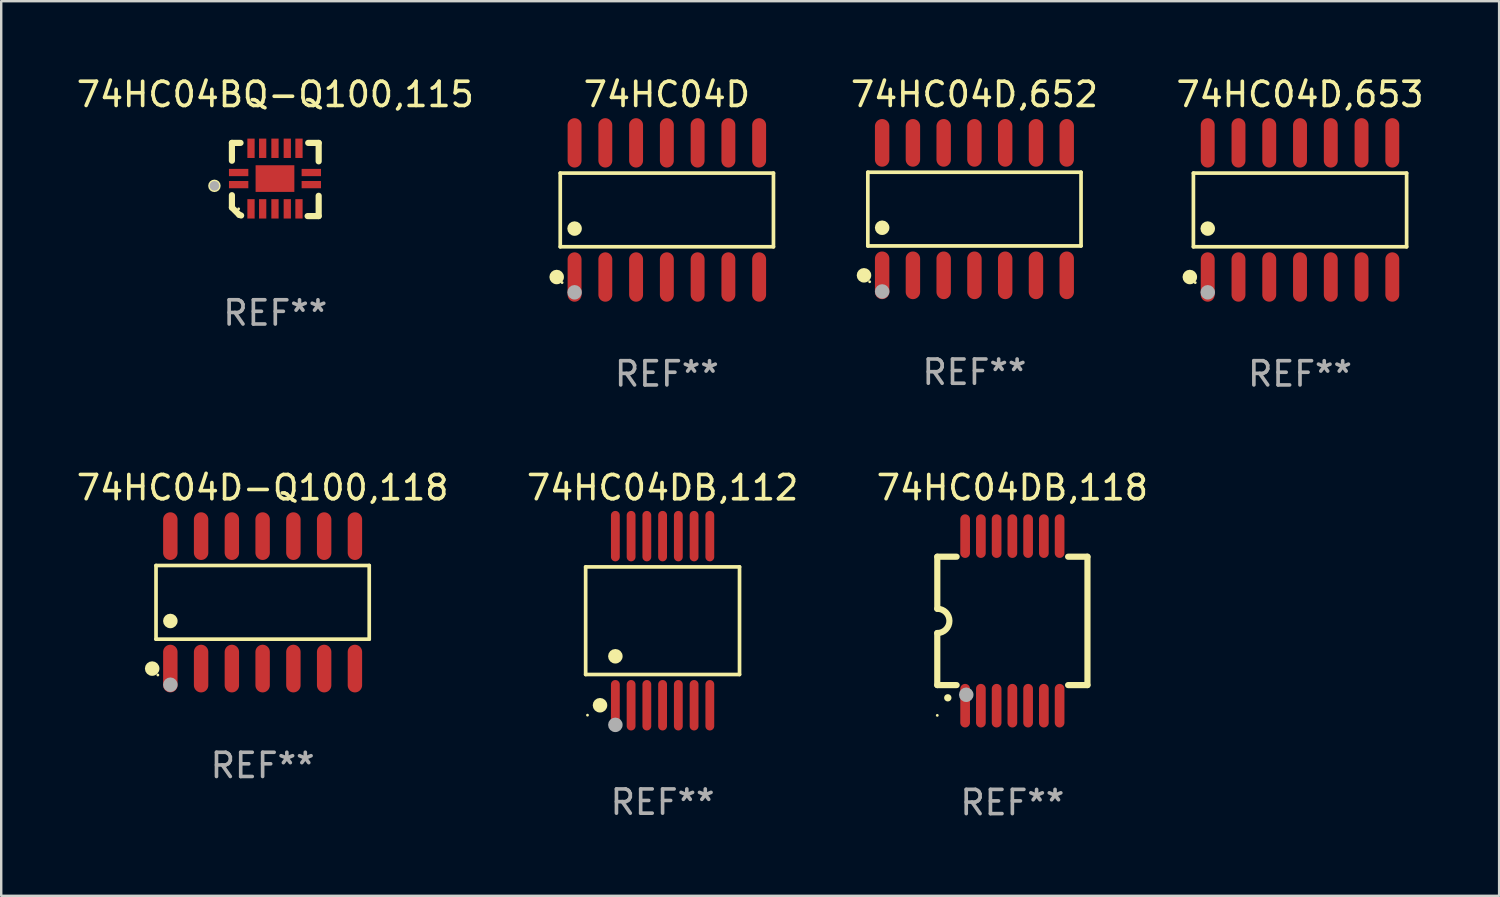
<source format=kicad_pcb>
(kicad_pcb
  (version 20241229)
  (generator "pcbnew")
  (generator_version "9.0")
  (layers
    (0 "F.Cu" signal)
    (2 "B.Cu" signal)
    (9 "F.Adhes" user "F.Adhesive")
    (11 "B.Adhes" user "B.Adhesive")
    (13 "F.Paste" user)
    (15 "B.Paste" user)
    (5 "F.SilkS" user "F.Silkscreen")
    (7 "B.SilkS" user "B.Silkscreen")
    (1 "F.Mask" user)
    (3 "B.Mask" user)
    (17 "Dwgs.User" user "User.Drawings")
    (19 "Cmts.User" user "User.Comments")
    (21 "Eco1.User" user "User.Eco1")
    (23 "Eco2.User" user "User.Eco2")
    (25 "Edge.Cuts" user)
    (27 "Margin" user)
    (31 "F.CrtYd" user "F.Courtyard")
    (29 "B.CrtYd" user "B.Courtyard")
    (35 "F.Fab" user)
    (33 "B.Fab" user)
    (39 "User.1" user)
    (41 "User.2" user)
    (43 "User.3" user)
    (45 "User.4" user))
  (footprint "74HC04D"
    (layer "F.Cu")
    (at 24.48 5.617)
    (property "Reference" "74HC04D" (at 0 -4.769 0) (layer "F.SilkS") (effects (font (size 1 1) (thickness 0.15))))
    (attr through_hole)
    (fp_line (start -4.401 -1.521) (end 4.401 -1.521) (stroke (width 0.152) (type solid)) (layer "F.SilkS"))
    (fp_line (start -4.401 1.521) (end -4.401 -1.521) (stroke (width 0.152) (type solid)) (layer "F.SilkS"))
    (fp_line (start 4.401 -1.521) (end 4.401 1.521) (stroke (width 0.152) (type solid)) (layer "F.SilkS"))
    (fp_line (start 4.401 1.521) (end -4.401 1.521) (stroke (width 0.152) (type solid)) (layer "F.SilkS"))
    (fp_circle (center -4.549 2.769) (end -4.399 2.769) (stroke (width 0.3) (type solid)) (fill no) (layer "F.SilkS"))
    (fp_circle (center -4.325 3) (end -4.295 3) (stroke (width 0.06) (type solid)) (fill no) (layer "F.SilkS"))
    (fp_circle (center -3.81 0.769) (end -3.66 0.769) (stroke (width 0.3) (type solid)) (fill no) (layer "F.SilkS"))
    (fp_circle (center -3.81 3.4) (end -3.66 3.4) (stroke (width 0.3) (type solid)) (fill no) (layer "F.Fab"))
    (fp_text user "REF**" (at 0 6.769 0) (layer "F.Fab") (effects (font (size 1 1) (thickness 0.15))))
    (pad "1" smd oval (at -3.81 2.769) (size 0.574 2.038) (layers "F.Cu" "F.Mask" "F.Paste"))
    (pad "2" smd oval (at -2.54 2.769) (size 0.574 2.038) (layers "F.Cu" "F.Mask" "F.Paste"))
    (pad "3" smd oval (at -1.27 2.769) (size 0.574 2.038) (layers "F.Cu" "F.Mask" "F.Paste"))
    (pad "4" smd oval (at 0 2.769) (size 0.574 2.038) (layers "F.Cu" "F.Mask" "F.Paste"))
    (pad "5" smd oval (at 1.27 2.769) (size 0.574 2.038) (layers "F.Cu" "F.Mask" "F.Paste"))
    (pad "6" smd oval (at 2.54 2.769) (size 0.574 2.038) (layers "F.Cu" "F.Mask" "F.Paste"))
    (pad "7" smd oval (at 3.81 2.769) (size 0.574 2.038) (layers "F.Cu" "F.Mask" "F.Paste"))
    (pad "8" smd oval (at 3.81 -2.769) (size 0.574 2.038) (layers "F.Cu" "F.Mask" "F.Paste"))
    (pad "9" smd oval (at 2.54 -2.769) (size 0.574 2.038) (layers "F.Cu" "F.Mask" "F.Paste"))
    (pad "10" smd oval (at 1.27 -2.769) (size 0.574 2.038) (layers "F.Cu" "F.Mask" "F.Paste"))
    (pad "11" smd oval (at 0 -2.769) (size 0.574 2.038) (layers "F.Cu" "F.Mask" "F.Paste"))
    (pad "12" smd oval (at -1.27 -2.769) (size 0.574 2.038) (layers "F.Cu" "F.Mask" "F.Paste"))
    (pad "13" smd oval (at -2.54 -2.769) (size 0.574 2.038) (layers "F.Cu" "F.Mask" "F.Paste"))
    (pad "14" smd oval (at -3.81 -2.769) (size 0.574 2.038) (layers "F.Cu" "F.Mask" "F.Paste")))
  (footprint "74HC04D-Q100,118"
    (layer "F.Cu")
    (at 7.792 21.817)
    (property "Reference" "74HC04D-Q100,118" (at 0 -4.734 0) (layer "F.SilkS") (effects (font (size 1 1) (thickness 0.15))))
    (attr through_hole)
    (fp_line (start -4.401 -1.521) (end 4.401 -1.521) (stroke (width 0.152) (type solid)) (layer "F.SilkS"))
    (fp_line (start -4.401 1.521) (end -4.401 -1.521) (stroke (width 0.152) (type solid)) (layer "F.SilkS"))
    (fp_line (start 4.401 -1.521) (end 4.401 1.521) (stroke (width 0.152) (type solid)) (layer "F.SilkS"))
    (fp_line (start 4.401 1.521) (end -4.401 1.521) (stroke (width 0.152) (type solid)) (layer "F.SilkS"))
    (fp_circle (center -4.56 2.734) (end -4.41 2.734) (stroke (width 0.3) (type solid)) (fill no) (layer "F.SilkS"))
    (fp_circle (center -4.325 3) (end -4.295 3) (stroke (width 0.06) (type solid)) (fill no) (layer "F.SilkS"))
    (fp_circle (center -3.81 0.769) (end -3.66 0.769) (stroke (width 0.3) (type solid)) (fill no) (layer "F.SilkS"))
    (fp_circle (center -3.81 3.4) (end -3.66 3.4) (stroke (width 0.3) (type solid)) (fill no) (layer "F.Fab"))
    (fp_text user "REF**" (at 0 6.734 0) (layer "F.Fab") (effects (font (size 1 1) (thickness 0.15))))
    (pad "1" smd oval (at -3.81 2.734) (size 0.595 1.968) (layers "F.Cu" "F.Mask" "F.Paste"))
    (pad "2" smd oval (at -2.54 2.734) (size 0.595 1.968) (layers "F.Cu" "F.Mask" "F.Paste"))
    (pad "3" smd oval (at -1.27 2.734) (size 0.595 1.968) (layers "F.Cu" "F.Mask" "F.Paste"))
    (pad "4" smd oval (at 0 2.734) (size 0.595 1.968) (layers "F.Cu" "F.Mask" "F.Paste"))
    (pad "5" smd oval (at 1.27 2.734) (size 0.595 1.968) (layers "F.Cu" "F.Mask" "F.Paste"))
    (pad "6" smd oval (at 2.54 2.734) (size 0.595 1.968) (layers "F.Cu" "F.Mask" "F.Paste"))
    (pad "7" smd oval (at 3.81 2.734) (size 0.595 1.968) (layers "F.Cu" "F.Mask" "F.Paste"))
    (pad "8" smd oval (at 3.81 -2.734) (size 0.595 1.968) (layers "F.Cu" "F.Mask" "F.Paste"))
    (pad "9" smd oval (at 2.54 -2.734) (size 0.595 1.968) (layers "F.Cu" "F.Mask" "F.Paste"))
    (pad "10" smd oval (at 1.27 -2.734) (size 0.595 1.968) (layers "F.Cu" "F.Mask" "F.Paste"))
    (pad "11" smd oval (at 0 -2.734) (size 0.595 1.968) (layers "F.Cu" "F.Mask" "F.Paste"))
    (pad "12" smd oval (at -1.27 -2.734) (size 0.595 1.968) (layers "F.Cu" "F.Mask" "F.Paste"))
    (pad "13" smd oval (at -2.54 -2.734) (size 0.595 1.968) (layers "F.Cu" "F.Mask" "F.Paste"))
    (pad "14" smd oval (at -3.81 -2.734) (size 0.595 1.968) (layers "F.Cu" "F.Mask" "F.Paste")))
  (footprint "74HC04D,652"
    (layer "F.Cu")
    (at 37.178 5.582)
    (property "Reference" "74HC04D,652" (at 0 -4.734 0) (layer "F.SilkS") (effects (font (size 1 1) (thickness 0.15))))
    (attr through_hole)
    (fp_line (start -4.401 -1.521) (end 4.401 -1.521) (stroke (width 0.152) (type solid)) (layer "F.SilkS"))
    (fp_line (start -4.401 1.521) (end -4.401 -1.521) (stroke (width 0.152) (type solid)) (layer "F.SilkS"))
    (fp_line (start 4.401 -1.521) (end 4.401 1.521) (stroke (width 0.152) (type solid)) (layer "F.SilkS"))
    (fp_line (start 4.401 1.521) (end -4.401 1.521) (stroke (width 0.152) (type solid)) (layer "F.SilkS"))
    (fp_circle (center -4.56 2.734) (end -4.41 2.734) (stroke (width 0.3) (type solid)) (fill no) (layer "F.SilkS"))
    (fp_circle (center -4.325 3) (end -4.295 3) (stroke (width 0.06) (type solid)) (fill no) (layer "F.SilkS"))
    (fp_circle (center -3.81 0.769) (end -3.66 0.769) (stroke (width 0.3) (type solid)) (fill no) (layer "F.SilkS"))
    (fp_circle (center -3.81 3.4) (end -3.66 3.4) (stroke (width 0.3) (type solid)) (fill no) (layer "F.Fab"))
    (fp_text user "REF**" (at 0 6.734 0) (layer "F.Fab") (effects (font (size 1 1) (thickness 0.15))))
    (pad "1" smd oval (at -3.81 2.734) (size 0.595 1.968) (layers "F.Cu" "F.Mask" "F.Paste"))
    (pad "2" smd oval (at -2.54 2.734) (size 0.595 1.968) (layers "F.Cu" "F.Mask" "F.Paste"))
    (pad "3" smd oval (at -1.27 2.734) (size 0.595 1.968) (layers "F.Cu" "F.Mask" "F.Paste"))
    (pad "4" smd oval (at 0 2.734) (size 0.595 1.968) (layers "F.Cu" "F.Mask" "F.Paste"))
    (pad "5" smd oval (at 1.27 2.734) (size 0.595 1.968) (layers "F.Cu" "F.Mask" "F.Paste"))
    (pad "6" smd oval (at 2.54 2.734) (size 0.595 1.968) (layers "F.Cu" "F.Mask" "F.Paste"))
    (pad "7" smd oval (at 3.81 2.734) (size 0.595 1.968) (layers "F.Cu" "F.Mask" "F.Paste"))
    (pad "8" smd oval (at 3.81 -2.734) (size 0.595 1.968) (layers "F.Cu" "F.Mask" "F.Paste"))
    (pad "9" smd oval (at 2.54 -2.734) (size 0.595 1.968) (layers "F.Cu" "F.Mask" "F.Paste"))
    (pad "10" smd oval (at 1.27 -2.734) (size 0.595 1.968) (layers "F.Cu" "F.Mask" "F.Paste"))
    (pad "11" smd oval (at 0 -2.734) (size 0.595 1.968) (layers "F.Cu" "F.Mask" "F.Paste"))
    (pad "12" smd oval (at -1.27 -2.734) (size 0.595 1.968) (layers "F.Cu" "F.Mask" "F.Paste"))
    (pad "13" smd oval (at -2.54 -2.734) (size 0.595 1.968) (layers "F.Cu" "F.Mask" "F.Paste"))
    (pad "14" smd oval (at -3.81 -2.734) (size 0.595 1.968) (layers "F.Cu" "F.Mask" "F.Paste")))
  (footprint "74HC04DB,112"
    (layer "F.Cu")
    (at 24.304 22.574)
    (property "Reference" "74HC04DB,112" (at 0 -5.491 0) (layer "F.SilkS") (effects (font (size 1 1) (thickness 0.15))))
    (attr through_hole)
    (fp_line (start -3.176 -2.221) (end 3.176 -2.221) (stroke (width 0.152) (type solid)) (layer "F.SilkS"))
    (fp_line (start -3.176 2.221) (end -3.176 -2.221) (stroke (width 0.152) (type solid)) (layer "F.SilkS"))
    (fp_line (start 3.176 -2.221) (end 3.176 2.221) (stroke (width 0.152) (type solid)) (layer "F.SilkS"))
    (fp_line (start 3.176 2.221) (end -3.176 2.221) (stroke (width 0.152) (type solid)) (layer "F.SilkS"))
    (fp_circle (center -3.1 3.9) (end -3.07 3.9) (stroke (width 0.06) (type solid)) (fill no) (layer "F.SilkS"))
    (fp_circle (center -2.584 3.491) (end -2.434 3.491) (stroke (width 0.3) (type solid)) (fill no) (layer "F.SilkS"))
    (fp_circle (center -1.95 1.469) (end -1.8 1.469) (stroke (width 0.3) (type solid)) (fill no) (layer "F.SilkS"))
    (fp_circle (center -1.95 4.3) (end -1.8 4.3) (stroke (width 0.3) (type solid)) (fill no) (layer "F.Fab"))
    (fp_text user "REF**" (at 0 7.491 0) (layer "F.Fab") (effects (font (size 1 1) (thickness 0.15))))
    (pad "1" smd oval (at -1.95 3.491) (size 0.364 2.082) (layers "F.Cu" "F.Mask" "F.Paste"))
    (pad "2" smd oval (at -1.3 3.491) (size 0.364 2.082) (layers "F.Cu" "F.Mask" "F.Paste"))
    (pad "3" smd oval (at -0.65 3.491) (size 0.364 2.082) (layers "F.Cu" "F.Mask" "F.Paste"))
    (pad "4" smd oval (at 0 3.491) (size 0.364 2.082) (layers "F.Cu" "F.Mask" "F.Paste"))
    (pad "5" smd oval (at 0.65 3.491) (size 0.364 2.082) (layers "F.Cu" "F.Mask" "F.Paste"))
    (pad "6" smd oval (at 1.3 3.491) (size 0.364 2.082) (layers "F.Cu" "F.Mask" "F.Paste"))
    (pad "7" smd oval (at 1.95 3.491) (size 0.364 2.082) (layers "F.Cu" "F.Mask" "F.Paste"))
    (pad "8" smd oval (at 1.95 -3.491) (size 0.364 2.082) (layers "F.Cu" "F.Mask" "F.Paste"))
    (pad "9" smd oval (at 1.3 -3.491) (size 0.364 2.082) (layers "F.Cu" "F.Mask" "F.Paste"))
    (pad "10" smd oval (at 0.65 -3.491) (size 0.364 2.082) (layers "F.Cu" "F.Mask" "F.Paste"))
    (pad "11" smd oval (at 0 -3.491) (size 0.364 2.082) (layers "F.Cu" "F.Mask" "F.Paste"))
    (pad "12" smd oval (at -0.65 -3.491) (size 0.364 2.082) (layers "F.Cu" "F.Mask" "F.Paste"))
    (pad "13" smd oval (at -1.3 -3.491) (size 0.364 2.082) (layers "F.Cu" "F.Mask" "F.Paste"))
    (pad "14" smd oval (at -1.95 -3.491) (size 0.364 2.082) (layers "F.Cu" "F.Mask" "F.Paste")))
  (footprint "74HC04D,653"
    (layer "F.Cu")
    (at 50.619 5.617)
    (property "Reference" "74HC04D,653" (at 0 -4.769 0) (layer "F.SilkS") (effects (font (size 1 1) (thickness 0.15))))
    (attr through_hole)
    (fp_line (start -4.401 -1.521) (end 4.401 -1.521) (stroke (width 0.152) (type solid)) (layer "F.SilkS"))
    (fp_line (start -4.401 1.521) (end -4.401 -1.521) (stroke (width 0.152) (type solid)) (layer "F.SilkS"))
    (fp_line (start 4.401 -1.521) (end 4.401 1.521) (stroke (width 0.152) (type solid)) (layer "F.SilkS"))
    (fp_line (start 4.401 1.521) (end -4.401 1.521) (stroke (width 0.152) (type solid)) (layer "F.SilkS"))
    (fp_circle (center -4.549 2.769) (end -4.399 2.769) (stroke (width 0.3) (type solid)) (fill no) (layer "F.SilkS"))
    (fp_circle (center -4.325 3) (end -4.295 3) (stroke (width 0.06) (type solid)) (fill no) (layer "F.SilkS"))
    (fp_circle (center -3.81 0.769) (end -3.66 0.769) (stroke (width 0.3) (type solid)) (fill no) (layer "F.SilkS"))
    (fp_circle (center -3.81 3.4) (end -3.66 3.4) (stroke (width 0.3) (type solid)) (fill no) (layer "F.Fab"))
    (fp_text user "REF**" (at 0 6.769 0) (layer "F.Fab") (effects (font (size 1 1) (thickness 0.15))))
    (pad "1" smd oval (at -3.81 2.769) (size 0.574 2.038) (layers "F.Cu" "F.Mask" "F.Paste"))
    (pad "2" smd oval (at -2.54 2.769) (size 0.574 2.038) (layers "F.Cu" "F.Mask" "F.Paste"))
    (pad "3" smd oval (at -1.27 2.769) (size 0.574 2.038) (layers "F.Cu" "F.Mask" "F.Paste"))
    (pad "4" smd oval (at 0 2.769) (size 0.574 2.038) (layers "F.Cu" "F.Mask" "F.Paste"))
    (pad "5" smd oval (at 1.27 2.769) (size 0.574 2.038) (layers "F.Cu" "F.Mask" "F.Paste"))
    (pad "6" smd oval (at 2.54 2.769) (size 0.574 2.038) (layers "F.Cu" "F.Mask" "F.Paste"))
    (pad "7" smd oval (at 3.81 2.769) (size 0.574 2.038) (layers "F.Cu" "F.Mask" "F.Paste"))
    (pad "8" smd oval (at 3.81 -2.769) (size 0.574 2.038) (layers "F.Cu" "F.Mask" "F.Paste"))
    (pad "9" smd oval (at 2.54 -2.769) (size 0.574 2.038) (layers "F.Cu" "F.Mask" "F.Paste"))
    (pad "10" smd oval (at 1.27 -2.769) (size 0.574 2.038) (layers "F.Cu" "F.Mask" "F.Paste"))
    (pad "11" smd oval (at 0 -2.769) (size 0.574 2.038) (layers "F.Cu" "F.Mask" "F.Paste"))
    (pad "12" smd oval (at -1.27 -2.769) (size 0.574 2.038) (layers "F.Cu" "F.Mask" "F.Paste"))
    (pad "13" smd oval (at -2.54 -2.769) (size 0.574 2.038) (layers "F.Cu" "F.Mask" "F.Paste"))
    (pad "14" smd oval (at -3.81 -2.769) (size 0.574 2.038) (layers "F.Cu" "F.Mask" "F.Paste")))
  (footprint "74HC04DB,118"
    (layer "F.Cu")
    (at 38.744 22.583)
    (property "Reference" "74HC04DB,118" (at 0 -5.5 0) (layer "F.SilkS") (effects (font (size 1 1) (thickness 0.15))))
    (attr through_hole)
    (fp_line (start -3.1 2.65) (end -3.1 0.5) (stroke (width 0.254) (type solid)) (layer "F.SilkS"))
    (fp_line (start -3.099 -2.65) (end -2.301 -2.65) (stroke (width 0.254) (type solid)) (layer "F.SilkS"))
    (fp_line (start -3.099 -0.5) (end -3.099 -2.65) (stroke (width 0.254) (type solid)) (layer "F.SilkS"))
    (fp_line (start -2.301 2.65) (end -3.1 2.65) (stroke (width 0.254) (type solid)) (layer "F.SilkS"))
    (fp_line (start 2.301 -2.65) (end 3.1 -2.65) (stroke (width 0.254) (type solid)) (layer "F.SilkS"))
    (fp_line (start 3.1 -2.65) (end 3.1 2.65) (stroke (width 0.254) (type solid)) (layer "F.SilkS"))
    (fp_line (start 3.1 2.65) (end 2.301 2.65) (stroke (width 0.254) (type solid)) (layer "F.SilkS"))
    (fp_arc (start -3.098806 -0.500381) (mid -2.598806 0) (end -3.098806 0.500381) (stroke (width 0.254001) (type solid)) (layer "F.SilkS"))
    (fp_arc (start -2.667005 3.175006) (mid -2.665735 3.175001) (end -2.664465 3.175006) (stroke (width 0.3) (type solid)) (layer "F.SilkS"))
    (fp_circle (center -3.1 3.9) (end -3.07 3.9) (stroke (width 0.06) (type solid)) (fill no) (layer "F.SilkS"))
    (fp_circle (center -1.905 3.048) (end -1.755 3.048) (stroke (width 0.3) (type solid)) (fill no) (layer "F.Fab"))
    (fp_text user "REF**" (at 0 7.5 0) (layer "F.Fab") (effects (font (size 1 1) (thickness 0.15))))
    (pad "1" smd oval (at -1.95 3.5 270) (size 1.8 0.4) (layers "F.Cu" "F.Mask" "F.Paste"))
    (pad "2" smd oval (at -1.3 3.5 270) (size 1.8 0.4) (layers "F.Cu" "F.Mask" "F.Paste"))
    (pad "3" smd oval (at -0.65 3.5 270) (size 1.8 0.4) (layers "F.Cu" "F.Mask" "F.Paste"))
    (pad "4" smd oval (at 0 3.5 270) (size 1.8 0.4) (layers "F.Cu" "F.Mask" "F.Paste"))
    (pad "5" smd oval (at 0.65 3.5 270) (size 1.8 0.4) (layers "F.Cu" "F.Mask" "F.Paste"))
    (pad "6" smd oval (at 1.3 3.5 270) (size 1.8 0.4) (layers "F.Cu" "F.Mask" "F.Paste"))
    (pad "7" smd oval (at 1.95 3.5 270) (size 1.8 0.4) (layers "F.Cu" "F.Mask" "F.Paste"))
    (pad "8" smd oval (at 1.95 -3.5 90) (size 1.8 0.4) (layers "F.Cu" "F.Mask" "F.Paste"))
    (pad "9" smd oval (at 1.3 -3.5 90) (size 1.8 0.4) (layers "F.Cu" "F.Mask" "F.Paste"))
    (pad "10" smd oval (at 0.65 -3.5 90) (size 1.8 0.4) (layers "F.Cu" "F.Mask" "F.Paste"))
    (pad "11" smd oval (at 0 -3.5 90) (size 1.8 0.4) (layers "F.Cu" "F.Mask" "F.Paste"))
    (pad "12" smd oval (at -0.65 -3.5 90) (size 1.8 0.4) (layers "F.Cu" "F.Mask" "F.Paste"))
    (pad "13" smd oval (at -1.3 -3.5 90) (size 1.8 0.4) (layers "F.Cu" "F.Mask" "F.Paste"))
    (pad "14" smd oval (at -1.95 -3.5 90) (size 1.8 0.4) (layers "F.Cu" "F.Mask" "F.Paste")))
  (footprint "74HC04BQ-Q100,115"
    (layer "F.Cu")
    (at 8.315 4.36)
    (property "Reference" "74HC04BQ-Q100,115" (at 0 -3.511 0) (layer "F.SilkS") (effects (font (size 1 1) (thickness 0.15))))
    (attr through_hole)
    (fp_line (start -1.791 -1.511) (end -1.435 -1.511) (stroke (width 0.254) (type solid)) (layer "F.SilkS"))
    (fp_line (start -1.791 -0.775) (end -1.791 -1.511) (stroke (width 0.254) (type solid)) (layer "F.SilkS"))
    (fp_line (start -1.791 1.156) (end -1.791 0.648) (stroke (width 0.254) (type solid)) (layer "F.SilkS"))
    (fp_line (start -1.486 1.461) (end -1.791 1.156) (stroke (width 0.254) (type solid)) (layer "F.SilkS"))
    (fp_line (start -1.41 1.486) (end -1.486 1.461) (stroke (width 0.254) (type solid)) (layer "F.SilkS"))
    (fp_line (start 1.334 1.511) (end 1.791 1.511) (stroke (width 0.254) (type solid)) (layer "F.SilkS"))
    (fp_line (start 1.791 -1.511) (end 1.359 -1.511) (stroke (width 0.254) (type solid)) (layer "F.SilkS"))
    (fp_line (start 1.791 -0.749) (end 1.791 -1.511) (stroke (width 0.254) (type solid)) (layer "F.SilkS"))
    (fp_line (start 1.791 1.511) (end 1.791 0.673) (stroke (width 0.254) (type solid)) (layer "F.SilkS"))
    (fp_circle (center -2.513 0.262) (end -2.383 0.262) (stroke (width 0.254) (type solid)) (fill no) (layer "F.SilkS"))
    (fp_circle (center -1.513 1.212) (end -1.483 1.212) (stroke (width 0.06) (type solid)) (fill no) (layer "F.SilkS"))
    (fp_circle (center -2.513 0.262) (end -2.413 0.262) (stroke (width 0.2) (type solid)) (fill no) (layer "F.Fab"))
    (fp_text user "REF**" (at 0 5.511 0) (layer "F.Fab") (effects (font (size 1 1) (thickness 0.15))))
    (pad "1" smd rect (at -1.513 0.212) (size 0.8 0.3) (layers "F.Cu" "F.Mask" "F.Paste"))
    (pad "2" smd rect (at -1.003 1.212) (size 0.3 0.8) (layers "F.Cu" "F.Mask" "F.Paste"))
    (pad "3" smd rect (at -0.521 1.212) (size 0.3 0.8) (layers "F.Cu" "F.Mask" "F.Paste"))
    (pad "4" smd rect (at -0.013 1.212) (size 0.3 0.8) (layers "F.Cu" "F.Mask" "F.Paste"))
    (pad "5" smd rect (at 0.495 1.212) (size 0.3 0.8) (layers "F.Cu" "F.Mask" "F.Paste"))
    (pad "6" smd rect (at 0.978 1.212) (size 0.3 0.8) (layers "F.Cu" "F.Mask" "F.Paste"))
    (pad "7" smd rect (at 1.487 0.212) (size 0.8 0.3) (layers "F.Cu" "F.Mask" "F.Paste"))
    (pad "8" smd rect (at 1.487 -0.288) (size 0.8 0.3) (layers "F.Cu" "F.Mask" "F.Paste"))
    (pad "9" smd rect (at 0.978 -1.288) (size 0.3 0.8) (layers "F.Cu" "F.Mask" "F.Paste"))
    (pad "10" smd rect (at 0.495 -1.288) (size 0.3 0.8) (layers "F.Cu" "F.Mask" "F.Paste"))
    (pad "11" smd rect (at -0.013 -1.288) (size 0.3 0.8) (layers "F.Cu" "F.Mask" "F.Paste"))
    (pad "12" smd rect (at -0.521 -1.288) (size 0.3 0.8) (layers "F.Cu" "F.Mask" "F.Paste"))
    (pad "13" smd rect (at -1.003 -1.288) (size 0.3 0.8) (layers "F.Cu" "F.Mask" "F.Paste"))
    (pad "14" smd rect (at -1.513 -0.288) (size 0.8 0.3) (layers "F.Cu" "F.Mask" "F.Paste"))
    (pad "15" smd rect (at -0.013 -0.038 90) (size 1.1 1.6) (layers "F.Cu" "F.Mask" "F.Paste")))
  (gr_rect
    (start -3 -3)
    (end 58.839 33.931)
    (stroke (width 0.1) (type default))
    (fill no)
    (layer "Edge.Cuts")))
</source>
